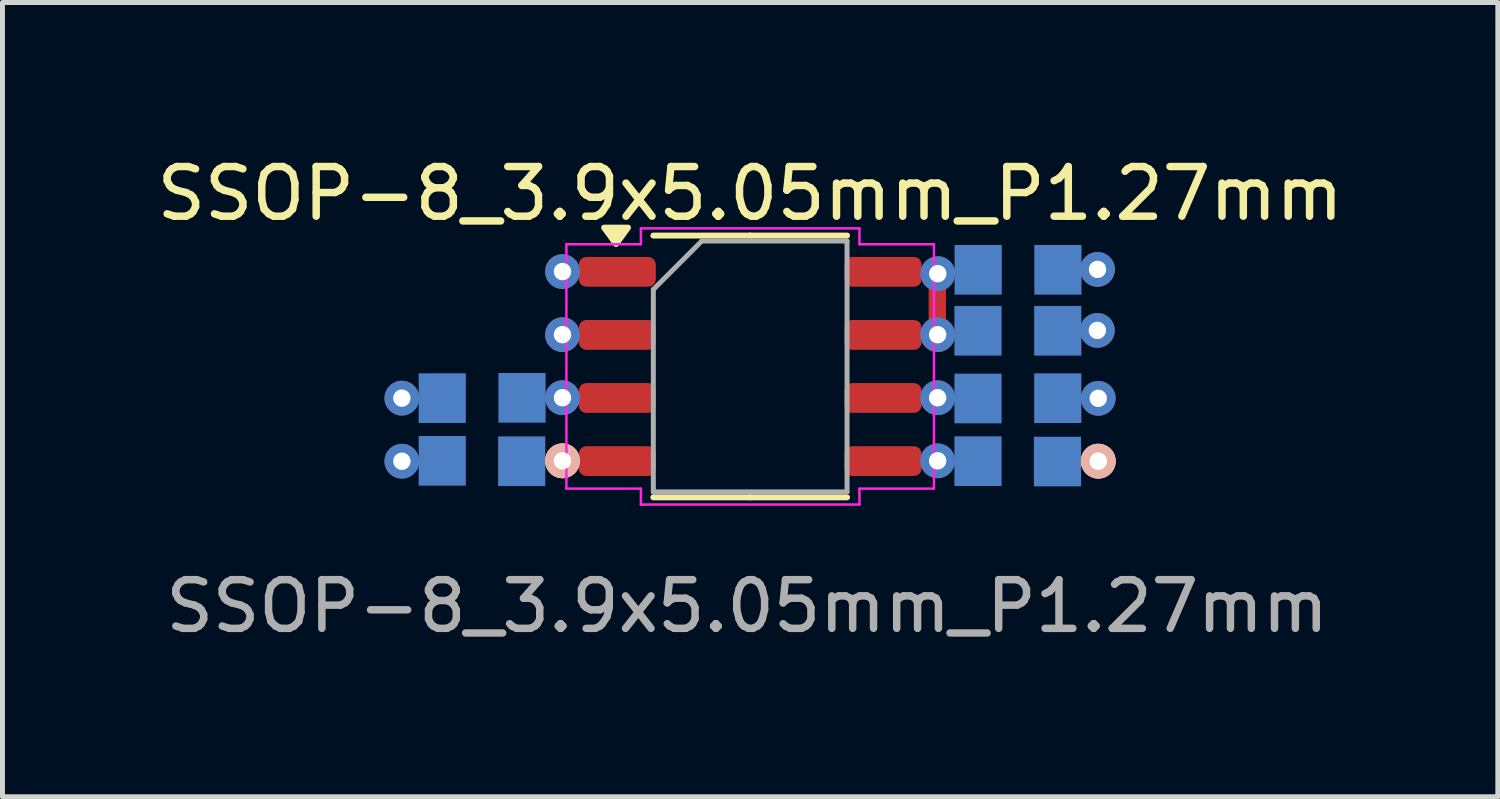
<source format=kicad_pcb>
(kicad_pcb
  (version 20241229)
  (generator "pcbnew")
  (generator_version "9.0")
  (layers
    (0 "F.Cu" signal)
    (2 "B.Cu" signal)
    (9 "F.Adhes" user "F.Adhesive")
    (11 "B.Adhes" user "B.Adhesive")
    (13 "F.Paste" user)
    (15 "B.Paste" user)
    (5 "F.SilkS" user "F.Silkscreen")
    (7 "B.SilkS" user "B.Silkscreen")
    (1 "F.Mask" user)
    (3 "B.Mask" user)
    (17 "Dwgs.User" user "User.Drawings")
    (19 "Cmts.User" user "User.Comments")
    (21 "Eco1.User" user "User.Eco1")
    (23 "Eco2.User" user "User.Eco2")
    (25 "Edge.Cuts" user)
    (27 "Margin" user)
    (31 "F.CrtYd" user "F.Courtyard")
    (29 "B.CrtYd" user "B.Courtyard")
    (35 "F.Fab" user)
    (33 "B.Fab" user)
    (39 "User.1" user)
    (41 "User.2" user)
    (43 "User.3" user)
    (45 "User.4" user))
  (footprint "SSOP-8_3.9x5.05mm_P1.27mm"
    (layer "F.Cu")
    (at 12.054 4.328)
    (property "Reference" "SSOP-8_3.9x5.05mm_P1.27mm" (at 0 -3.48 0) (layer "F.SilkS") (effects (font (size 1 1) (thickness 0.15))))
    (attr smd)
    (fp_line (start 0 -2.635) (end -1.95 -2.635) (stroke (width 0.12) (type solid)) (layer "F.SilkS"))
    (fp_line (start 0 -2.635) (end 1.95 -2.635) (stroke (width 0.12) (type solid)) (layer "F.SilkS"))
    (fp_line (start 0 2.635) (end -1.95 2.635) (stroke (width 0.12) (type solid)) (layer "F.SilkS"))
    (fp_line (start 0 2.635) (end 1.95 2.635) (stroke (width 0.12) (type solid)) (layer "F.SilkS"))
    (fp_poly (pts (xy -2.7 -2.465) (xy -2.94 -2.795) (xy -2.46 -2.795)) (stroke (width 0.12) (type solid)) (fill yes) (layer "F.SilkS"))
    (fp_line (start -3.7 -2.46) (end -2.2 -2.46) (stroke (width 0.05) (type solid)) (layer "F.CrtYd"))
    (fp_line (start -3.7 2.46) (end -3.7 -2.46) (stroke (width 0.05) (type solid)) (layer "F.CrtYd"))
    (fp_line (start -2.2 -2.78) (end 2.2 -2.78) (stroke (width 0.05) (type solid)) (layer "F.CrtYd"))
    (fp_line (start -2.2 -2.46) (end -2.2 -2.78) (stroke (width 0.05) (type solid)) (layer "F.CrtYd"))
    (fp_line (start -2.2 2.46) (end -3.7 2.46) (stroke (width 0.05) (type solid)) (layer "F.CrtYd"))
    (fp_line (start -2.2 2.78) (end -2.2 2.46) (stroke (width 0.05) (type solid)) (layer "F.CrtYd"))
    (fp_line (start 2.2 -2.78) (end 2.2 -2.46) (stroke (width 0.05) (type solid)) (layer "F.CrtYd"))
    (fp_line (start 2.2 -2.46) (end 3.7 -2.46) (stroke (width 0.05) (type solid)) (layer "F.CrtYd"))
    (fp_line (start 2.2 2.46) (end 2.2 2.78) (stroke (width 0.05) (type solid)) (layer "F.CrtYd"))
    (fp_line (start 2.2 2.78) (end -2.2 2.78) (stroke (width 0.05) (type solid)) (layer "F.CrtYd"))
    (fp_line (start 3.7 -2.46) (end 3.7 2.46) (stroke (width 0.05) (type solid)) (layer "F.CrtYd"))
    (fp_line (start 3.7 2.46) (end 2.2 2.46) (stroke (width 0.05) (type solid)) (layer "F.CrtYd"))
    (fp_line (start -1.95 -1.55) (end -0.975 -2.525) (stroke (width 0.1) (type solid)) (layer "F.Fab"))
    (fp_line (start -1.95 2.525) (end -1.95 -1.55) (stroke (width 0.1) (type solid)) (layer "F.Fab"))
    (fp_line (start -0.975 -2.525) (end 1.95 -2.525) (stroke (width 0.1) (type solid)) (layer "F.Fab"))
    (fp_line (start 1.95 -2.525) (end 1.95 2.525) (stroke (width 0.1) (type solid)) (layer "F.Fab"))
    (fp_line (start 1.95 2.525) (end -1.95 2.525) (stroke (width 0.1) (type solid)) (layer "F.Fab"))
    (fp_text user "${REFERENCE}" (at -0.06 4.827 0) (layer "F.Fab") (effects (font (size 0.98 0.98) (thickness 0.15))))
    (pad "1" thru_hole circle (at -3.779 -1.91) (size 0.7 0.7) (drill 0.35) (layers "*.Cu" "*.Mask"))
    (pad "1" smd roundrect (at -2.675 -1.905) (size 1.55 0.6) (layers "F.Cu" "F.Mask" "F.Paste") (roundrect_rratio 0.25))
    (pad "2" thru_hole circle (at -3.779 -0.64) (size 0.7 0.7) (drill 0.35) (layers "*.Cu" "*.Mask"))
    (pad "2" smd roundrect (at -2.675 -0.635) (size 1.55 0.6) (layers "F.Cu" "F.Mask" "F.Paste") (roundrect_rratio 0.25))
    (pad "3" smd rect (at -4.594 0.632) (size 0.95 1) (layers "B.Cu" "B.Mask"))
    (pad "3" thru_hole circle (at -3.779 0.63) (size 0.7 0.7) (drill 0.35) (layers "*.Cu" "*.Mask"))
    (pad "3" smd roundrect (at -2.675 0.635) (size 1.55 0.6) (layers "F.Cu" "F.Mask" "F.Paste") (roundrect_rratio 0.25))
    (pad "4" smd rect (at -4.6 1.908) (size 0.95 1) (layers "B.Cu" "B.Mask"))
    (pad "4" thru_hole circle (at -3.779 1.9) (size 0.7 0.7) (drill 0.35) (layers "*.Cu" "*.Adhes" "*.Paste" "*.SilkS" "*.Mask"))
    (pad "4" smd roundrect (at -2.675 1.905) (size 1.55 0.6) (layers "F.Cu" "F.Mask" "F.Paste") (roundrect_rratio 0.25))
    (pad "5" smd roundrect (at 2.675 1.905) (size 1.55 0.6) (layers "F.Cu" "F.Mask" "F.Paste") (roundrect_rratio 0.25))
    (pad "5" thru_hole circle (at 3.774 1.9) (size 0.7 0.7) (drill 0.35) (layers "*.Cu" "*.Mask"))
    (pad "5" smd rect (at 4.587 1.907) (size 0.95 1) (layers "B.Cu" "B.Mask"))
    (pad "6" smd roundrect (at 2.675 0.635) (size 1.55 0.6) (layers "F.Cu" "F.Mask" "F.Paste") (roundrect_rratio 0.25))
    (pad "6" thru_hole circle (at 3.774 0.63) (size 0.7 0.7) (drill 0.35) (layers "*.Cu" "*.Mask"))
    (pad "6" smd rect (at 4.587 0.645) (size 0.95 1) (layers "B.Cu" "B.Mask"))
    (pad "7" smd roundrect (at 2.675 -0.635) (size 1.55 0.6) (layers "F.Cu" "F.Mask" "F.Paste") (roundrect_rratio 0.25))
    (pad "7" thru_hole circle (at 3.774 -0.64) (size 0.7 0.7) (drill 0.35) (layers "*.Cu" "*.Mask"))
    (pad "7" smd rect (at 4.587 -0.718) (size 0.95 1) (layers "B.Cu" "B.Mask"))
    (pad "8" smd roundrect (at 2.675 -1.905) (size 1.55 0.6) (layers "F.Cu" "F.Mask" "F.Paste") (roundrect_rratio 0.25))
    (pad "8" thru_hole circle (at 3.777 -1.868) (size 0.7 0.7) (drill 0.35) (layers "*.Cu" "*.Mask"))
    (pad "8" smd rect (at 4.59 -1.946) (size 0.95 1) (layers "B.Cu" "B.Mask"))
    (pad "9" thru_hole circle (at -7.013 0.638) (size 0.7 0.7) (drill 0.35) (layers "*.Cu" "*.Mask"))
    (pad "9" smd rect (at -6.2 0.638) (size 0.95 1) (layers "B.Cu" "B.Mask"))
    (pad "10" thru_hole circle (at -7.013 1.908) (size 0.7 0.7) (drill 0.35) (layers "*.Cu" "*.Mask"))
    (pad "10" smd rect (at -6.2 1.9) (size 0.95 1) (layers "B.Cu" "B.Mask"))
    (pad "11" smd rect (at 6.187 1.915) (size 0.95 1) (layers "B.Cu" "B.Mask"))
    (pad "11" thru_hole circle (at 7.008 1.907) (size 0.7 0.7) (drill 0.35) (layers "*.Cu" "*.Adhes" "*.Paste" "*.SilkS" "*.Mask"))
    (pad "12" smd rect (at 6.193 0.639) (size 0.95 1) (layers "B.Cu" "B.Mask"))
    (pad "12" thru_hole circle (at 7.008 0.642) (size 0.7 0.7) (drill 0.35) (layers "*.Cu" "*.Mask"))
    (pad "13" smd rect (at 6.193 -0.718) (size 0.95 1) (layers "B.Cu" "B.Mask"))
    (pad "13" thru_hole circle (at 6.99 -0.726) (size 0.7 0.7) (drill 0.35) (layers "*.Cu" "*.Mask"))
    (pad "14" smd rect (at 6.196 -1.946) (size 0.95 1) (layers "B.Cu" "B.Mask"))
    (pad "14" thru_hole circle (at 6.993 -1.954) (size 0.7 0.7) (drill 0.35) (layers "*.Cu" "*.Mask"))
    (pad "15" smd roundrect (at 3.768 -1.253) (size 0.35 0.875) (layers "F.Cu" "F.Mask" "F.Paste") (roundrect_rratio 0.25)))
  (gr_rect
    (start -3 -3)
    (end 27.107 12.992)
    (stroke (width 0.1) (type default))
    (fill no)
    (layer "Edge.Cuts")))
</source>
